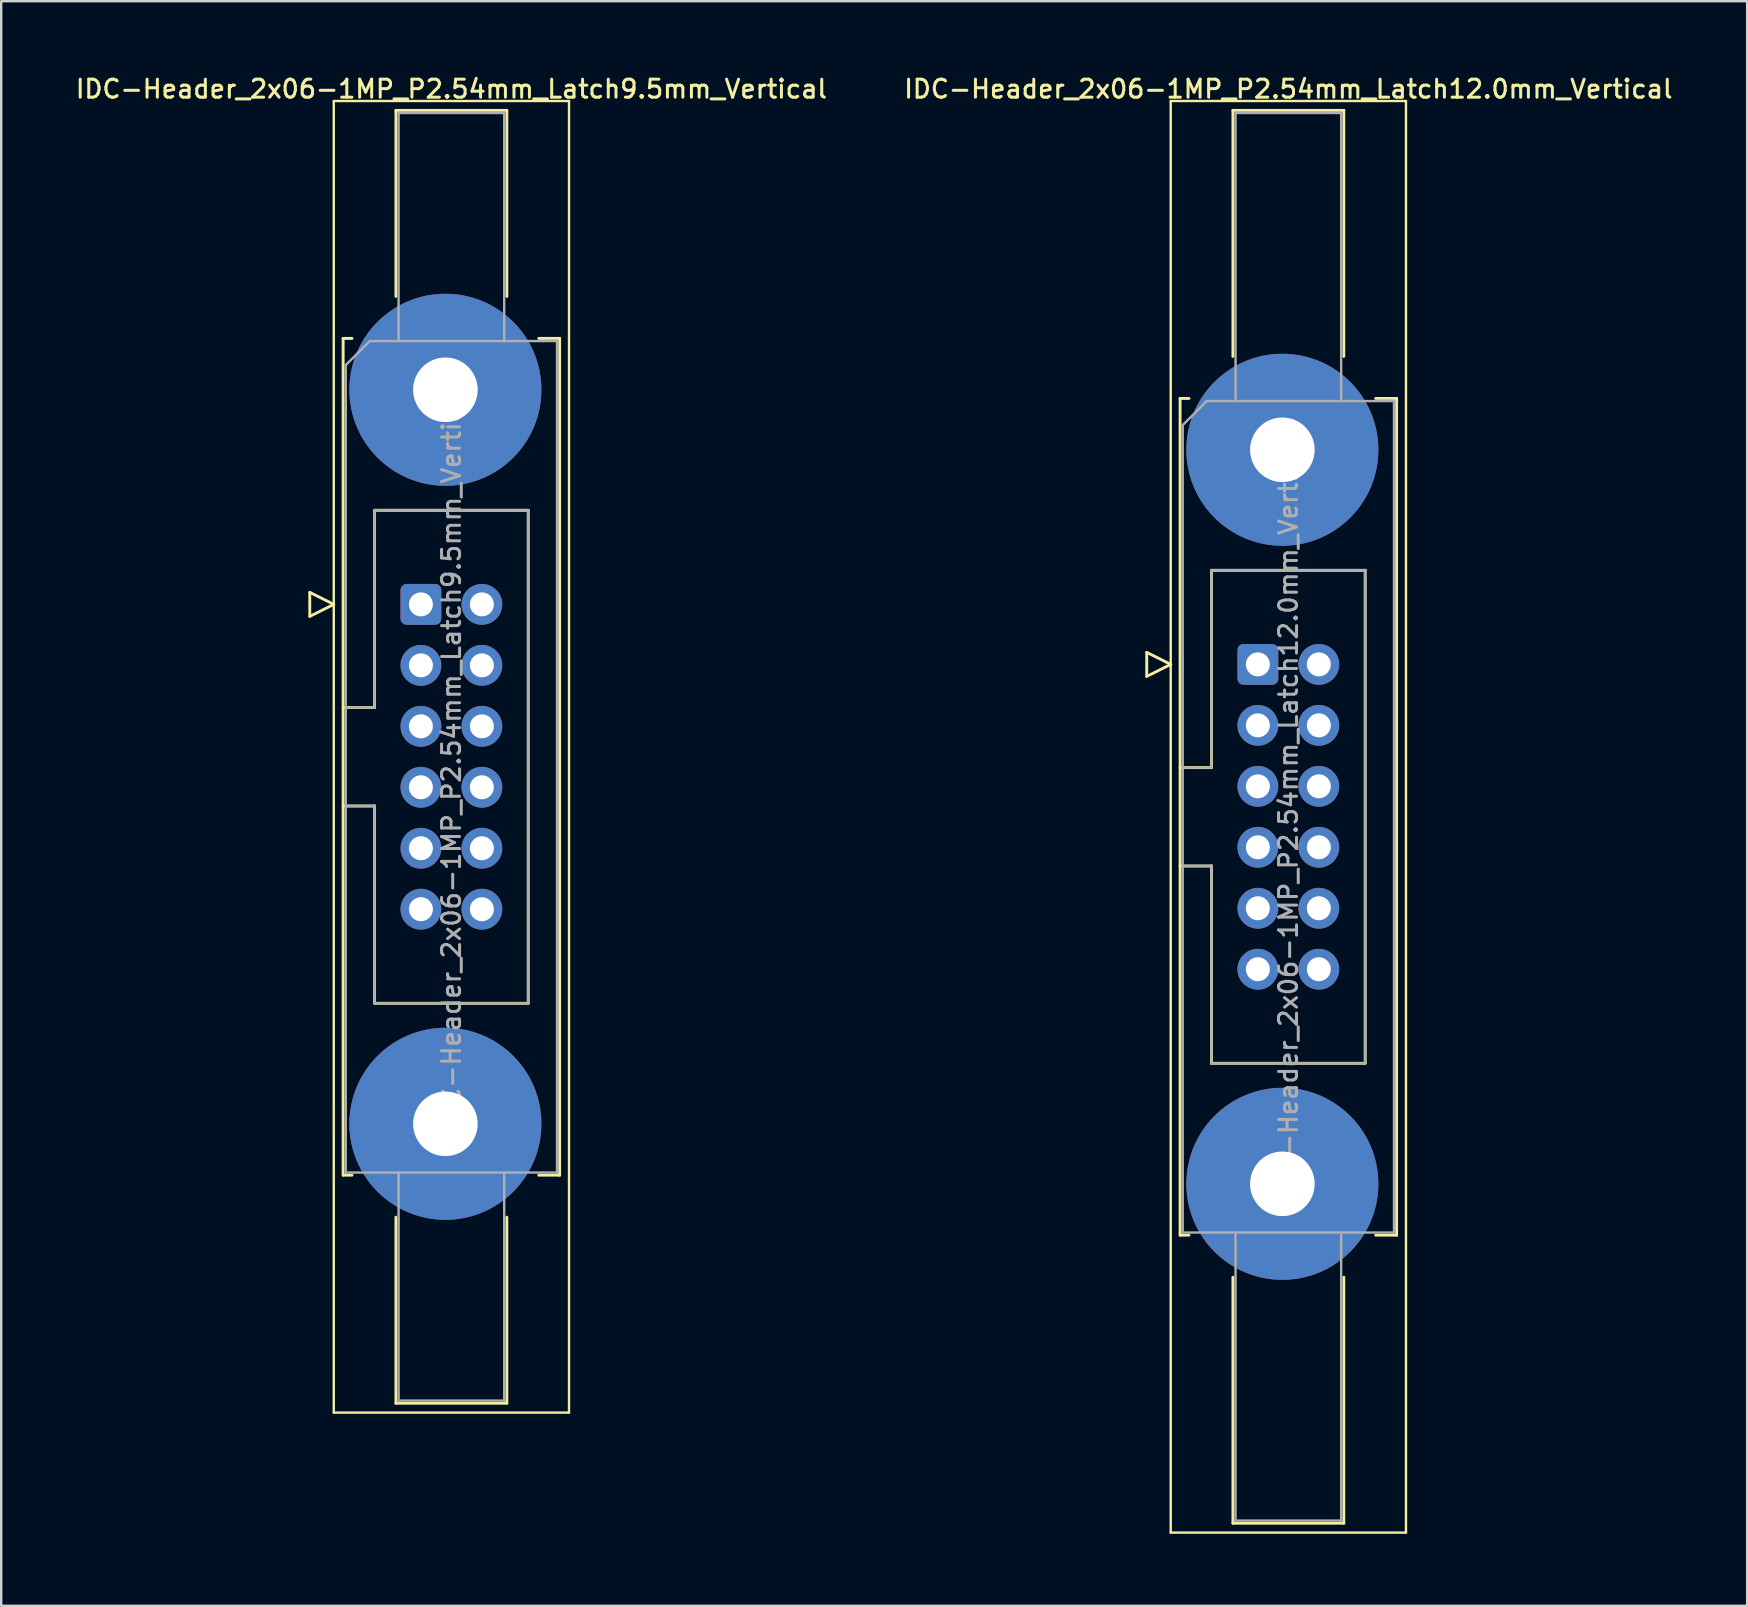
<source format=kicad_pcb>
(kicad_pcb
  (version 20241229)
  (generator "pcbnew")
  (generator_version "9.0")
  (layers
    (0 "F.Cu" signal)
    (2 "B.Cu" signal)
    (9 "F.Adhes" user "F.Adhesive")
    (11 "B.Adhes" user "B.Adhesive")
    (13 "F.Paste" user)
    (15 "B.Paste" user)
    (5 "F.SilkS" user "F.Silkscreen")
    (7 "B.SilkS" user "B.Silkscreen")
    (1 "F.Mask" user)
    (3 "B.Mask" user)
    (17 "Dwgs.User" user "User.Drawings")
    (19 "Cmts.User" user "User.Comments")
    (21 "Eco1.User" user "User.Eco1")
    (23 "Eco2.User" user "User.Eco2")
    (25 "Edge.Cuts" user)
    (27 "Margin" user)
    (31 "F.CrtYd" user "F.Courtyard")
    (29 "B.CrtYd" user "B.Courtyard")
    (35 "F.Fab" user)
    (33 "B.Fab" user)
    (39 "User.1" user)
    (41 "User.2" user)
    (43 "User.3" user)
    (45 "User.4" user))
  (footprint "IDC-Header_2x06-1MP_P2.54mm_Latch9.5mm_Vertical"
    (layer "F.Cu")
    (at 14.485 22.128)
    (property "Reference" "IDC-Header_2x06-1MP_P2.54mm_Latch9.5mm_Vertical" (at 1.27 -21.47 0) (layer "F.SilkS") (effects (font (size 0.75 0.75) (thickness 0.125))))
    (attr through_hole)
    (fp_line (start -4.63 -0.5) (end -4.63 0.5) (stroke (width 0.12) (type solid)) (layer "F.SilkS"))
    (fp_line (start -4.63 0.5) (end -3.63 0) (stroke (width 0.12) (type solid)) (layer "F.SilkS"))
    (fp_line (start -3.63 -20.97) (end -3.63 33.67) (stroke (width 0.1) (type solid)) (layer "F.SilkS"))
    (fp_line (start -3.63 0) (end -4.63 -0.5) (stroke (width 0.12) (type solid)) (layer "F.SilkS"))
    (fp_line (start -3.63 33.67) (end 6.17 33.67) (stroke (width 0.1) (type solid)) (layer "F.SilkS"))
    (fp_line (start -3.24 -11.08) (end -3.24 23.78) (stroke (width 0.12) (type solid)) (layer "F.SilkS"))
    (fp_line (start -3.24 4.3) (end -1.93 4.3) (stroke (width 0.12) (type solid)) (layer "F.SilkS"))
    (fp_line (start -3.24 23.78) (end -2.87 23.78) (stroke (width 0.12) (type solid)) (layer "F.SilkS"))
    (fp_line (start -2.87 -11.08) (end -3.24 -11.08) (stroke (width 0.12) (type solid)) (layer "F.SilkS"))
    (fp_line (start -1.93 -3.92) (end 4.47 -3.92) (stroke (width 0.12) (type solid)) (layer "F.SilkS"))
    (fp_line (start -1.93 4.3) (end -1.93 -3.92) (stroke (width 0.12) (type solid)) (layer "F.SilkS"))
    (fp_line (start -1.93 8.4) (end -3.24 8.4) (stroke (width 0.12) (type solid)) (layer "F.SilkS"))
    (fp_line (start -1.93 8.4) (end -1.93 8.4) (stroke (width 0.12) (type solid)) (layer "F.SilkS"))
    (fp_line (start -1.93 16.62) (end -1.93 8.4) (stroke (width 0.12) (type solid)) (layer "F.SilkS"))
    (fp_line (start -1.04 -20.58) (end 3.58 -20.58) (stroke (width 0.12) (type solid)) (layer "F.SilkS"))
    (fp_line (start -1.04 -12.83) (end -1.04 -20.58) (stroke (width 0.12) (type solid)) (layer "F.SilkS"))
    (fp_line (start -1.04 25.53) (end -1.04 33.28) (stroke (width 0.12) (type solid)) (layer "F.SilkS"))
    (fp_line (start -1.04 33.28) (end 3.58 33.28) (stroke (width 0.12) (type solid)) (layer "F.SilkS"))
    (fp_line (start 3.58 -20.58) (end 3.58 -12.83) (stroke (width 0.12) (type solid)) (layer "F.SilkS"))
    (fp_line (start 3.58 33.28) (end 3.58 25.53) (stroke (width 0.12) (type solid)) (layer "F.SilkS"))
    (fp_line (start 4.47 -3.92) (end 4.47 16.62) (stroke (width 0.12) (type solid)) (layer "F.SilkS"))
    (fp_line (start 4.47 16.62) (end -1.93 16.62) (stroke (width 0.12) (type solid)) (layer "F.SilkS"))
    (fp_line (start 4.91 -11.08) (end 5.78 -11.08) (stroke (width 0.12) (type solid)) (layer "F.SilkS"))
    (fp_line (start 5.78 -11.08) (end 5.78 23.78) (stroke (width 0.12) (type solid)) (layer "F.SilkS"))
    (fp_line (start 5.78 23.78) (end 4.91 23.78) (stroke (width 0.12) (type solid)) (layer "F.SilkS"))
    (fp_line (start 6.17 -20.97) (end -3.63 -20.97) (stroke (width 0.1) (type solid)) (layer "F.SilkS"))
    (fp_line (start 6.17 33.67) (end 6.17 -20.97) (stroke (width 0.1) (type solid)) (layer "F.SilkS"))
    (fp_line (start -3.13 -9.97) (end -2.13 -10.97) (stroke (width 0.1) (type solid)) (layer "F.Fab"))
    (fp_line (start -3.13 4.3) (end -1.93 4.3) (stroke (width 0.1) (type solid)) (layer "F.Fab"))
    (fp_line (start -3.13 23.67) (end -3.13 -9.97) (stroke (width 0.1) (type solid)) (layer "F.Fab"))
    (fp_line (start -2.13 -10.97) (end 5.67 -10.97) (stroke (width 0.1) (type solid)) (layer "F.Fab"))
    (fp_line (start -1.93 -3.92) (end 4.47 -3.92) (stroke (width 0.1) (type solid)) (layer "F.Fab"))
    (fp_line (start -1.93 4.3) (end -1.93 -3.92) (stroke (width 0.1) (type solid)) (layer "F.Fab"))
    (fp_line (start -1.93 8.4) (end -3.13 8.4) (stroke (width 0.1) (type solid)) (layer "F.Fab"))
    (fp_line (start -1.93 8.4) (end -1.93 8.4) (stroke (width 0.1) (type solid)) (layer "F.Fab"))
    (fp_line (start -1.93 16.62) (end -1.93 8.4) (stroke (width 0.1) (type solid)) (layer "F.Fab"))
    (fp_line (start -0.93 -20.47) (end 3.47 -20.47) (stroke (width 0.1) (type solid)) (layer "F.Fab"))
    (fp_line (start -0.93 -10.97) (end -0.93 -20.47) (stroke (width 0.1) (type solid)) (layer "F.Fab"))
    (fp_line (start -0.93 23.67) (end -0.93 33.17) (stroke (width 0.1) (type solid)) (layer "F.Fab"))
    (fp_line (start -0.93 33.17) (end 3.47 33.17) (stroke (width 0.1) (type solid)) (layer "F.Fab"))
    (fp_line (start 3.47 -20.47) (end 3.47 -10.97) (stroke (width 0.1) (type solid)) (layer "F.Fab"))
    (fp_line (start 3.47 33.17) (end 3.47 23.67) (stroke (width 0.1) (type solid)) (layer "F.Fab"))
    (fp_line (start 4.47 -3.92) (end 4.47 16.62) (stroke (width 0.1) (type solid)) (layer "F.Fab"))
    (fp_line (start 4.47 16.62) (end -1.93 16.62) (stroke (width 0.1) (type solid)) (layer "F.Fab"))
    (fp_line (start 5.67 -10.97) (end 5.67 23.67) (stroke (width 0.1) (type solid)) (layer "F.Fab"))
    (fp_line (start 5.67 23.67) (end -3.13 23.67) (stroke (width 0.1) (type solid)) (layer "F.Fab"))
    (fp_text user "${REFERENCE}" (at 1.27 6.35 90) (layer "F.Fab") (effects (font (size 0.75 0.75) (thickness 0.125))))
    (pad "1" thru_hole roundrect (at 0 0) (size 1.7 1.7) (drill 1) (layers "*.Cu" "*.Mask") (roundrect_rratio 0.147))
    (pad "2" thru_hole circle (at 2.54 0) (size 1.7 1.7) (drill 1) (layers "*.Cu" "*.Mask"))
    (pad "3" thru_hole circle (at 0 2.54) (size 1.7 1.7) (drill 1) (layers "*.Cu" "*.Mask"))
    (pad "4" thru_hole circle (at 2.54 2.54) (size 1.7 1.7) (drill 1) (layers "*.Cu" "*.Mask"))
    (pad "5" thru_hole circle (at 0 5.08) (size 1.7 1.7) (drill 1) (layers "*.Cu" "*.Mask"))
    (pad "6" thru_hole circle (at 2.54 5.08) (size 1.7 1.7) (drill 1) (layers "*.Cu" "*.Mask"))
    (pad "7" thru_hole circle (at 0 7.62) (size 1.7 1.7) (drill 1) (layers "*.Cu" "*.Mask"))
    (pad "8" thru_hole circle (at 2.54 7.62) (size 1.7 1.7) (drill 1) (layers "*.Cu" "*.Mask"))
    (pad "9" thru_hole circle (at 0 10.16) (size 1.7 1.7) (drill 1) (layers "*.Cu" "*.Mask"))
    (pad "10" thru_hole circle (at 2.54 10.16) (size 1.7 1.7) (drill 1) (layers "*.Cu" "*.Mask"))
    (pad "11" thru_hole circle (at 0 12.7) (size 1.7 1.7) (drill 1) (layers "*.Cu" "*.Mask"))
    (pad "12" thru_hole circle (at 2.54 12.7) (size 1.7 1.7) (drill 1) (layers "*.Cu" "*.Mask"))
    (pad "MP" thru_hole circle (at 1.02 -8.94) (size 8 8) (drill 2.69) (layers "*.Cu" "*.Mask"))
    (pad "MP" thru_hole circle (at 1.02 21.64) (size 8 8) (drill 2.69) (layers "*.Cu" "*.Mask")))
  (footprint "IDC-Header_2x06-1MP_P2.54mm_Latch12.0mm_Vertical"
    (layer "F.Cu")
    (at 49.353 24.628)
    (property "Reference" "IDC-Header_2x06-1MP_P2.54mm_Latch12.0mm_Vertical" (at 1.27 -23.97 0) (layer "F.SilkS") (effects (font (size 0.75 0.75) (thickness 0.125))))
    (attr through_hole)
    (fp_line (start -4.63 -0.5) (end -4.63 0.5) (stroke (width 0.12) (type solid)) (layer "F.SilkS"))
    (fp_line (start -4.63 0.5) (end -3.63 0) (stroke (width 0.12) (type solid)) (layer "F.SilkS"))
    (fp_line (start -3.63 -23.47) (end -3.63 36.17) (stroke (width 0.1) (type solid)) (layer "F.SilkS"))
    (fp_line (start -3.63 0) (end -4.63 -0.5) (stroke (width 0.12) (type solid)) (layer "F.SilkS"))
    (fp_line (start -3.63 36.17) (end 6.17 36.17) (stroke (width 0.1) (type solid)) (layer "F.SilkS"))
    (fp_line (start -3.24 -11.08) (end -3.24 23.78) (stroke (width 0.12) (type solid)) (layer "F.SilkS"))
    (fp_line (start -3.24 4.3) (end -1.93 4.3) (stroke (width 0.12) (type solid)) (layer "F.SilkS"))
    (fp_line (start -3.24 23.78) (end -2.87 23.78) (stroke (width 0.12) (type solid)) (layer "F.SilkS"))
    (fp_line (start -2.87 -11.08) (end -3.24 -11.08) (stroke (width 0.12) (type solid)) (layer "F.SilkS"))
    (fp_line (start -1.93 -3.92) (end 4.47 -3.92) (stroke (width 0.12) (type solid)) (layer "F.SilkS"))
    (fp_line (start -1.93 4.3) (end -1.93 -3.92) (stroke (width 0.12) (type solid)) (layer "F.SilkS"))
    (fp_line (start -1.93 8.4) (end -3.24 8.4) (stroke (width 0.12) (type solid)) (layer "F.SilkS"))
    (fp_line (start -1.93 8.4) (end -1.93 8.4) (stroke (width 0.12) (type solid)) (layer "F.SilkS"))
    (fp_line (start -1.93 16.62) (end -1.93 8.4) (stroke (width 0.12) (type solid)) (layer "F.SilkS"))
    (fp_line (start -1.04 -23.08) (end 3.58 -23.08) (stroke (width 0.12) (type solid)) (layer "F.SilkS"))
    (fp_line (start -1.04 -12.83) (end -1.04 -23.08) (stroke (width 0.12) (type solid)) (layer "F.SilkS"))
    (fp_line (start -1.04 25.53) (end -1.04 35.78) (stroke (width 0.12) (type solid)) (layer "F.SilkS"))
    (fp_line (start -1.04 35.78) (end 3.58 35.78) (stroke (width 0.12) (type solid)) (layer "F.SilkS"))
    (fp_line (start 3.58 -23.08) (end 3.58 -12.83) (stroke (width 0.12) (type solid)) (layer "F.SilkS"))
    (fp_line (start 3.58 35.78) (end 3.58 25.53) (stroke (width 0.12) (type solid)) (layer "F.SilkS"))
    (fp_line (start 4.47 -3.92) (end 4.47 16.62) (stroke (width 0.12) (type solid)) (layer "F.SilkS"))
    (fp_line (start 4.47 16.62) (end -1.93 16.62) (stroke (width 0.12) (type solid)) (layer "F.SilkS"))
    (fp_line (start 4.91 -11.08) (end 5.78 -11.08) (stroke (width 0.12) (type solid)) (layer "F.SilkS"))
    (fp_line (start 5.78 -11.08) (end 5.78 23.78) (stroke (width 0.12) (type solid)) (layer "F.SilkS"))
    (fp_line (start 5.78 23.78) (end 4.91 23.78) (stroke (width 0.12) (type solid)) (layer "F.SilkS"))
    (fp_line (start 6.17 -23.47) (end -3.63 -23.47) (stroke (width 0.1) (type solid)) (layer "F.SilkS"))
    (fp_line (start 6.17 36.17) (end 6.17 -23.47) (stroke (width 0.1) (type solid)) (layer "F.SilkS"))
    (fp_line (start -3.13 -9.97) (end -2.13 -10.97) (stroke (width 0.1) (type solid)) (layer "F.Fab"))
    (fp_line (start -3.13 4.3) (end -1.93 4.3) (stroke (width 0.1) (type solid)) (layer "F.Fab"))
    (fp_line (start -3.13 23.67) (end -3.13 -9.97) (stroke (width 0.1) (type solid)) (layer "F.Fab"))
    (fp_line (start -2.13 -10.97) (end 5.67 -10.97) (stroke (width 0.1) (type solid)) (layer "F.Fab"))
    (fp_line (start -1.93 -3.92) (end 4.47 -3.92) (stroke (width 0.1) (type solid)) (layer "F.Fab"))
    (fp_line (start -1.93 4.3) (end -1.93 -3.92) (stroke (width 0.1) (type solid)) (layer "F.Fab"))
    (fp_line (start -1.93 8.4) (end -3.13 8.4) (stroke (width 0.1) (type solid)) (layer "F.Fab"))
    (fp_line (start -1.93 8.4) (end -1.93 8.4) (stroke (width 0.1) (type solid)) (layer "F.Fab"))
    (fp_line (start -1.93 16.62) (end -1.93 8.4) (stroke (width 0.1) (type solid)) (layer "F.Fab"))
    (fp_line (start -0.93 -22.97) (end 3.47 -22.97) (stroke (width 0.1) (type solid)) (layer "F.Fab"))
    (fp_line (start -0.93 -10.97) (end -0.93 -22.97) (stroke (width 0.1) (type solid)) (layer "F.Fab"))
    (fp_line (start -0.93 23.67) (end -0.93 35.67) (stroke (width 0.1) (type solid)) (layer "F.Fab"))
    (fp_line (start -0.93 35.67) (end 3.47 35.67) (stroke (width 0.1) (type solid)) (layer "F.Fab"))
    (fp_line (start 3.47 -22.97) (end 3.47 -10.97) (stroke (width 0.1) (type solid)) (layer "F.Fab"))
    (fp_line (start 3.47 35.67) (end 3.47 23.67) (stroke (width 0.1) (type solid)) (layer "F.Fab"))
    (fp_line (start 4.47 -3.92) (end 4.47 16.62) (stroke (width 0.1) (type solid)) (layer "F.Fab"))
    (fp_line (start 4.47 16.62) (end -1.93 16.62) (stroke (width 0.1) (type solid)) (layer "F.Fab"))
    (fp_line (start 5.67 -10.97) (end 5.67 23.67) (stroke (width 0.1) (type solid)) (layer "F.Fab"))
    (fp_line (start 5.67 23.67) (end -3.13 23.67) (stroke (width 0.1) (type solid)) (layer "F.Fab"))
    (fp_text user "${REFERENCE}" (at 1.27 6.35 90) (layer "F.Fab") (effects (font (size 0.75 0.75) (thickness 0.125))))
    (pad "1" thru_hole roundrect (at 0 0) (size 1.7 1.7) (drill 1) (layers "*.Cu" "*.Mask") (roundrect_rratio 0.147))
    (pad "2" thru_hole circle (at 2.54 0) (size 1.7 1.7) (drill 1) (layers "*.Cu" "*.Mask"))
    (pad "3" thru_hole circle (at 0 2.54) (size 1.7 1.7) (drill 1) (layers "*.Cu" "*.Mask"))
    (pad "4" thru_hole circle (at 2.54 2.54) (size 1.7 1.7) (drill 1) (layers "*.Cu" "*.Mask"))
    (pad "5" thru_hole circle (at 0 5.08) (size 1.7 1.7) (drill 1) (layers "*.Cu" "*.Mask"))
    (pad "6" thru_hole circle (at 2.54 5.08) (size 1.7 1.7) (drill 1) (layers "*.Cu" "*.Mask"))
    (pad "7" thru_hole circle (at 0 7.62) (size 1.7 1.7) (drill 1) (layers "*.Cu" "*.Mask"))
    (pad "8" thru_hole circle (at 2.54 7.62) (size 1.7 1.7) (drill 1) (layers "*.Cu" "*.Mask"))
    (pad "9" thru_hole circle (at 0 10.16) (size 1.7 1.7) (drill 1) (layers "*.Cu" "*.Mask"))
    (pad "10" thru_hole circle (at 2.54 10.16) (size 1.7 1.7) (drill 1) (layers "*.Cu" "*.Mask"))
    (pad "11" thru_hole circle (at 0 12.7) (size 1.7 1.7) (drill 1) (layers "*.Cu" "*.Mask"))
    (pad "12" thru_hole circle (at 2.54 12.7) (size 1.7 1.7) (drill 1) (layers "*.Cu" "*.Mask"))
    (pad "MP" thru_hole circle (at 1.02 -8.94) (size 8 8) (drill 2.69) (layers "*.Cu" "*.Mask"))
    (pad "MP" thru_hole circle (at 1.02 21.64) (size 8 8) (drill 2.69) (layers "*.Cu" "*.Mask")))
  (gr_rect
    (start -3 -3)
    (end 69.736 63.848)
    (stroke (width 0.1) (type default))
    (fill no)
    (layer "Edge.Cuts")))
</source>
